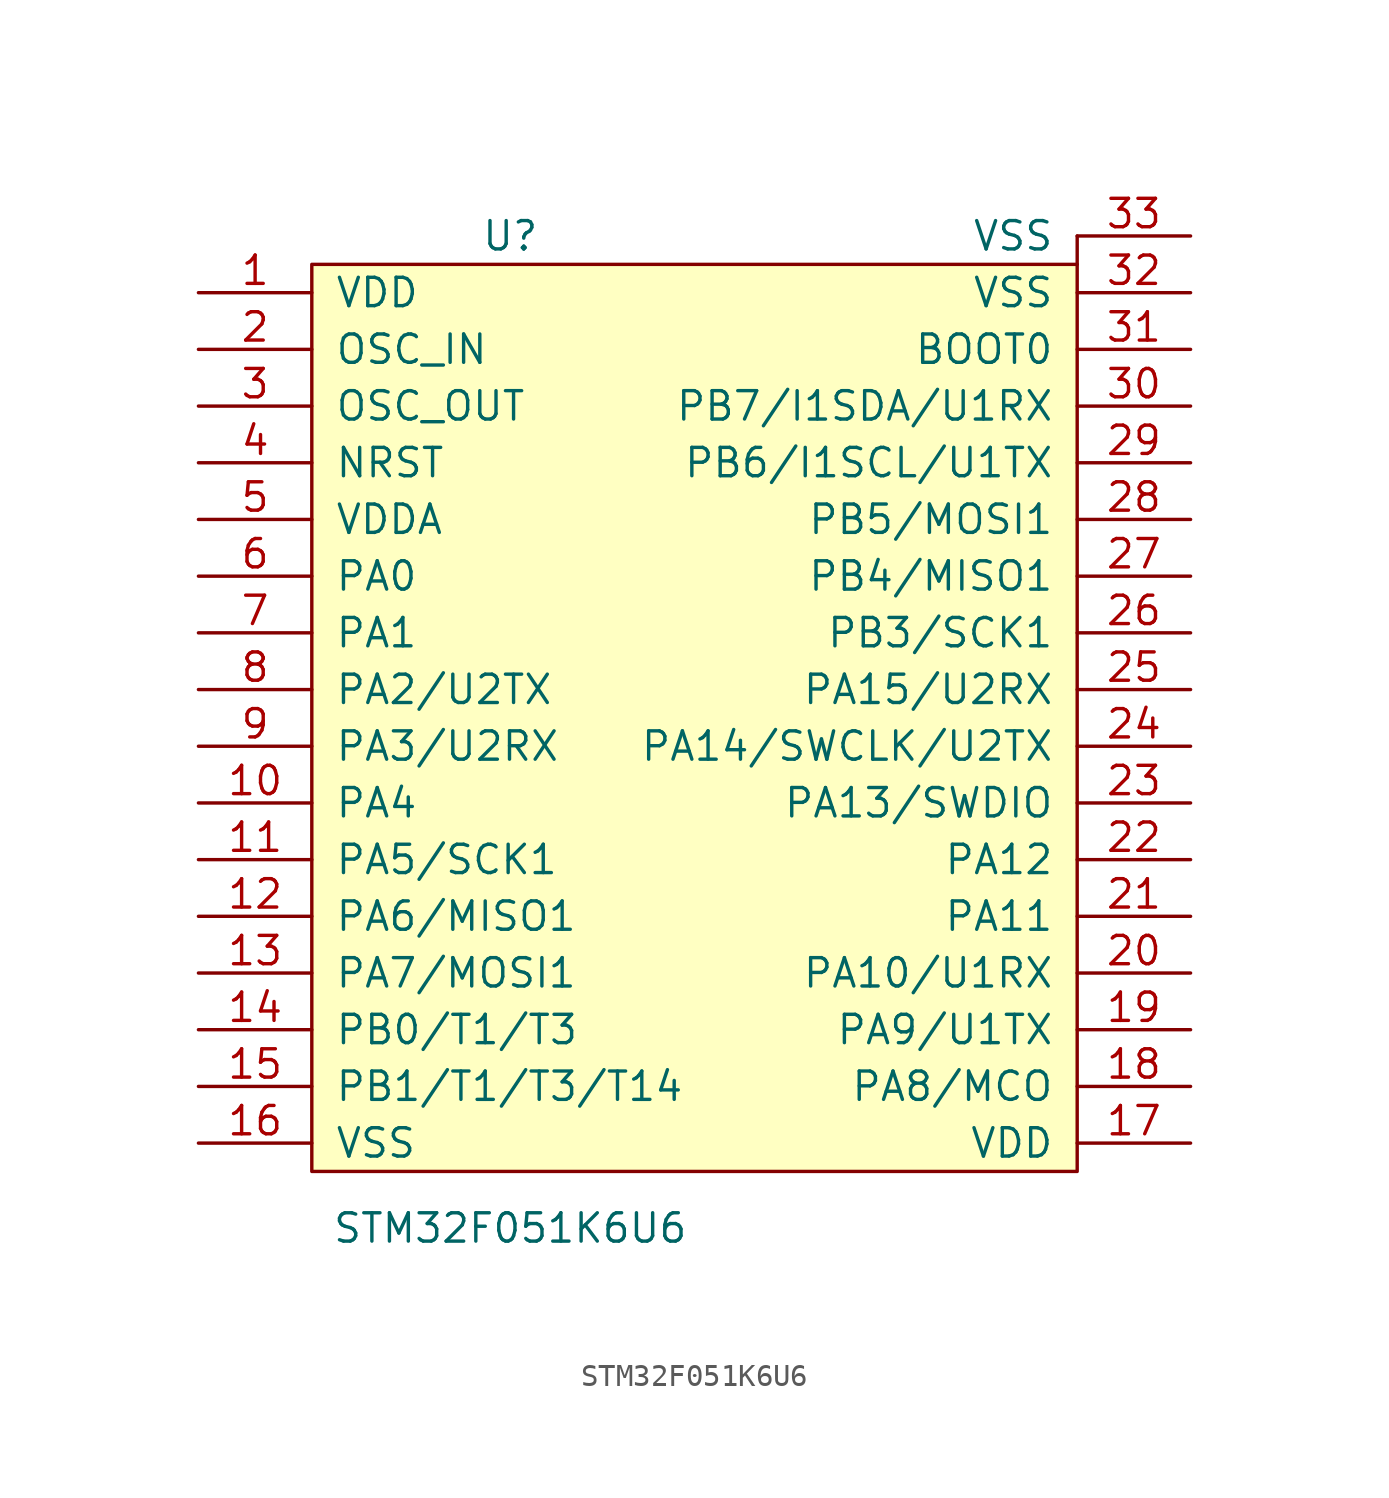
<source format=kicad_sym>
(kicad_symbol_lib
  (version 20211014)
  (generator kicad_symbol_editor)
  (symbol "STM32F051K6U6"
    (pin_names
      (offset 1.016))
    (property "Reference" "U"
      (at -8.89 17.78 0)
      (effects (font (size 1.27 1.27))))
    (property "Value" "STM32F051K6U6"
      (at -8.89 -26.67 0)
      (effects (font (size 1.27 1.27))))
    (property "Footprint" ""
      (at -10.16 0 0)
      (effects (font (size 1.27 1.27))))
    (property "Datasheet" ""
      (at -10.16 0 0)
      (effects (font (size 1.27 1.27))))
    (symbol "STM32F051K6U6_0_1"
      (rectangle (start -17.78 16.51) (end 16.51 -24.13) (stroke (width 0) (type default) (color 0 0 0 0)) (fill (type background)))
      (polyline (pts (xy 16.51 17.78) (xy 16.51 16.51)) (stroke (width 0) (type default) (color 0 0 0 0)) (fill (type none))))
    (symbol "STM32F051K6U6_1_1"
      (pin input line (at -22.86 15.24 0) (length 5.08) (name "VDD" (effects (font (size 1.27 1.27)))) (number "1" (effects (font (size 1.27 1.27)))))
      (pin input line (at -22.86 -7.62 0) (length 5.08) (name "PA4" (effects (font (size 1.27 1.27)))) (number "10" (effects (font (size 1.27 1.27)))))
      (pin input line (at -22.86 -10.16 0) (length 5.08) (name "PA5/SCK1" (effects (font (size 1.27 1.27)))) (number "11" (effects (font (size 1.27 1.27)))))
      (pin input line (at -22.86 -12.7 0) (length 5.08) (name "PA6/MISO1" (effects (font (size 1.27 1.27)))) (number "12" (effects (font (size 1.27 1.27)))))
      (pin input line (at -22.86 -15.24 0) (length 5.08) (name "PA7/MOSI1" (effects (font (size 1.27 1.27)))) (number "13" (effects (font (size 1.27 1.27)))))
      (pin input line (at -22.86 -17.78 0) (length 5.08) (name "PB0/T1/T3" (effects (font (size 1.27 1.27)))) (number "14" (effects (font (size 1.27 1.27)))))
      (pin input line (at -22.86 -20.32 0) (length 5.08) (name "PB1/T1/T3/T14" (effects (font (size 1.27 1.27)))) (number "15" (effects (font (size 1.27 1.27)))))
      (pin input line (at -22.86 -22.86 0) (length 5.08) (name "VSS" (effects (font (size 1.27 1.27)))) (number "16" (effects (font (size 1.27 1.27)))))
      (pin input line (at 21.59 -22.86 180) (length 5.08) (name "VDD" (effects (font (size 1.27 1.27)))) (number "17" (effects (font (size 1.27 1.27)))))
      (pin input line (at 21.59 -20.32 180) (length 5.08) (name "PA8/MCO" (effects (font (size 1.27 1.27)))) (number "18" (effects (font (size 1.27 1.27)))))
      (pin input line (at 21.59 -17.78 180) (length 5.08) (name "PA9/U1TX" (effects (font (size 1.27 1.27)))) (number "19" (effects (font (size 1.27 1.27)))))
      (pin input line (at -22.86 12.7 0) (length 5.08) (name "OSC_IN" (effects (font (size 1.27 1.27)))) (number "2" (effects (font (size 1.27 1.27)))))
      (pin input line (at 21.59 -15.24 180) (length 5.08) (name "PA10/U1RX" (effects (font (size 1.27 1.27)))) (number "20" (effects (font (size 1.27 1.27)))))
      (pin input line (at 21.59 -12.7 180) (length 5.08) (name "PA11" (effects (font (size 1.27 1.27)))) (number "21" (effects (font (size 1.27 1.27)))))
      (pin input line (at 21.59 -10.16 180) (length 5.08) (name "PA12" (effects (font (size 1.27 1.27)))) (number "22" (effects (font (size 1.27 1.27)))))
      (pin input line (at 21.59 -7.62 180) (length 5.08) (name "PA13/SWDIO" (effects (font (size 1.27 1.27)))) (number "23" (effects (font (size 1.27 1.27)))))
      (pin input line (at 21.59 -5.08 180) (length 5.08) (name "PA14/SWCLK/U2TX" (effects (font (size 1.27 1.27)))) (number "24" (effects (font (size 1.27 1.27)))))
      (pin input line (at 21.59 -2.54 180) (length 5.08) (name "PA15/U2RX" (effects (font (size 1.27 1.27)))) (number "25" (effects (font (size 1.27 1.27)))))
      (pin input line (at 21.59 0 180) (length 5.08) (name "PB3/SCK1" (effects (font (size 1.27 1.27)))) (number "26" (effects (font (size 1.27 1.27)))))
      (pin input line (at 21.59 2.54 180) (length 5.08) (name "PB4/MISO1" (effects (font (size 1.27 1.27)))) (number "27" (effects (font (size 1.27 1.27)))))
      (pin input line (at 21.59 5.08 180) (length 5.08) (name "PB5/MOSI1" (effects (font (size 1.27 1.27)))) (number "28" (effects (font (size 1.27 1.27)))))
      (pin input line (at 21.59 7.62 180) (length 5.08) (name "PB6/I1SCL/U1TX" (effects (font (size 1.27 1.27)))) (number "29" (effects (font (size 1.27 1.27)))))
      (pin input line (at -22.86 10.16 0) (length 5.08) (name "OSC_OUT" (effects (font (size 1.27 1.27)))) (number "3" (effects (font (size 1.27 1.27)))))
      (pin input line (at 21.59 10.16 180) (length 5.08) (name "PB7/I1SDA/U1RX" (effects (font (size 1.27 1.27)))) (number "30" (effects (font (size 1.27 1.27)))))
      (pin input line (at 21.59 12.7 180) (length 5.08) (name "BOOT0" (effects (font (size 1.27 1.27)))) (number "31" (effects (font (size 1.27 1.27)))))
      (pin input line (at 21.59 15.24 180) (length 5.08) (name "VSS" (effects (font (size 1.27 1.27)))) (number "32" (effects (font (size 1.27 1.27)))))
      (pin input line (at 21.59 17.78 180) (length 5.08) (name "VSS" (effects (font (size 1.27 1.27)))) (number "33" (effects (font (size 1.27 1.27)))))
      (pin input line (at -22.86 7.62 0) (length 5.08) (name "NRST" (effects (font (size 1.27 1.27)))) (number "4" (effects (font (size 1.27 1.27)))))
      (pin input line (at -22.86 5.08 0) (length 5.08) (name "VDDA" (effects (font (size 1.27 1.27)))) (number "5" (effects (font (size 1.27 1.27)))))
      (pin input line (at -22.86 2.54 0) (length 5.08) (name "PA0" (effects (font (size 1.27 1.27)))) (number "6" (effects (font (size 1.27 1.27)))))
      (pin input line (at -22.86 0 0) (length 5.08) (name "PA1" (effects (font (size 1.27 1.27)))) (number "7" (effects (font (size 1.27 1.27)))))
      (pin input line (at -22.86 -2.54 0) (length 5.08) (name "PA2/U2TX" (effects (font (size 1.27 1.27)))) (number "8" (effects (font (size 1.27 1.27)))))
      (pin input line (at -22.86 -5.08 0) (length 5.08) (name "PA3/U2RX" (effects (font (size 1.27 1.27)))) (number "9" (effects (font (size 1.27 1.27))))))))
</source>
